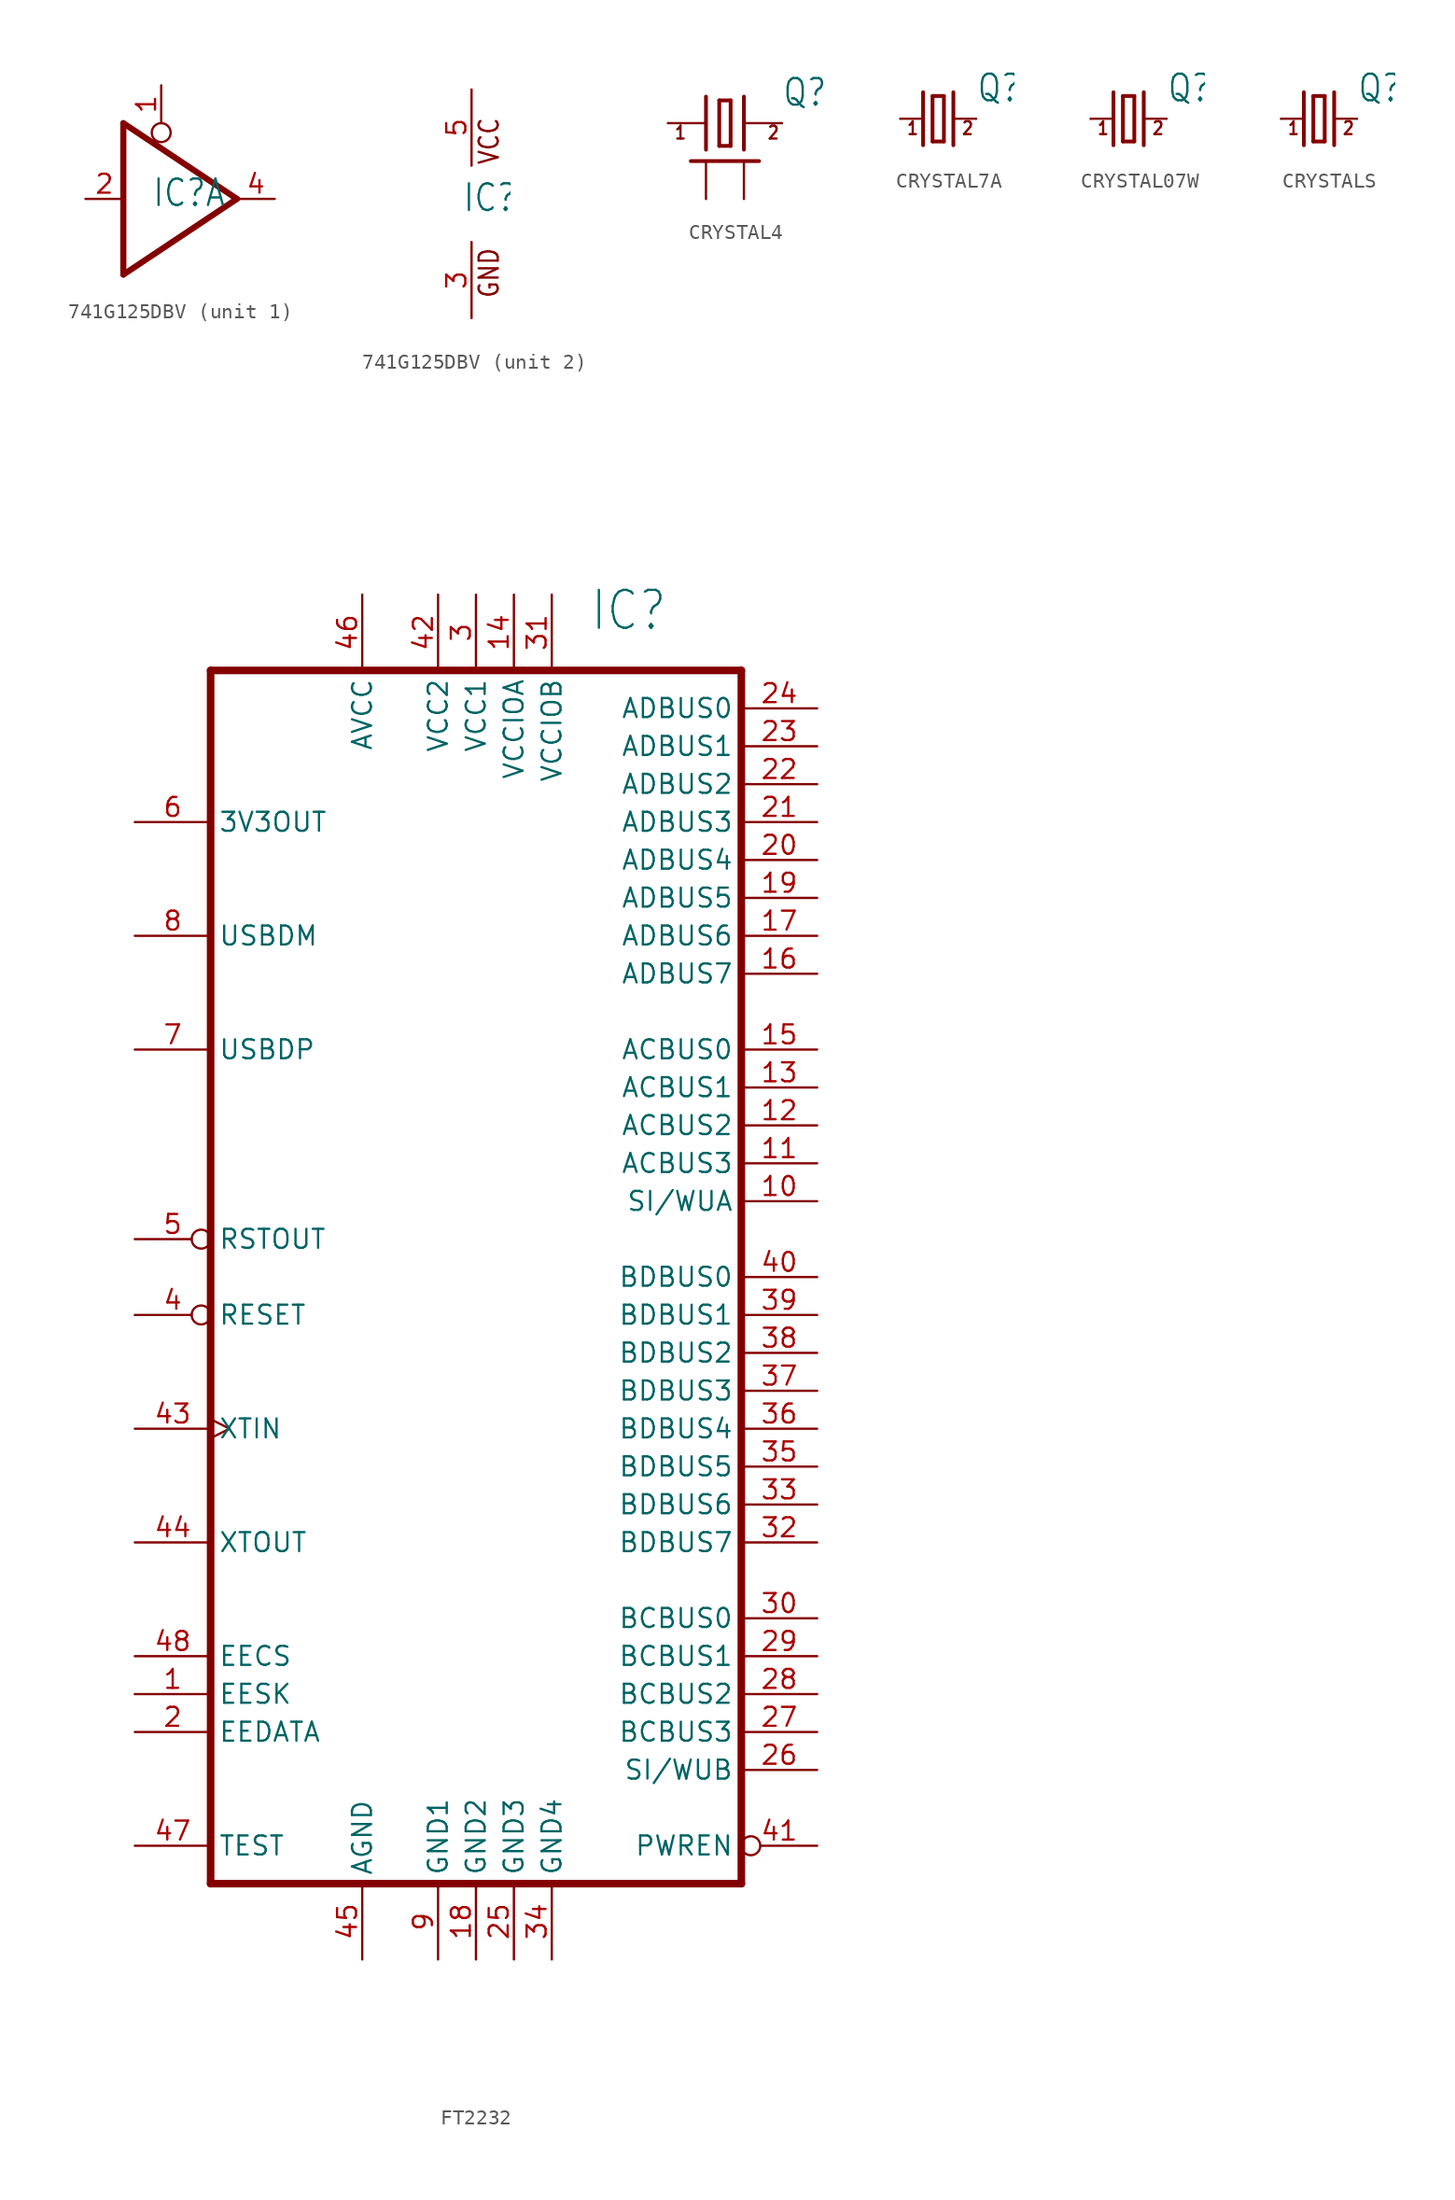
<source format=kicad_sym>
(kicad_symbol_lib
  (version 20231120)
  (generator "kicad_symbol_editor")
  (generator_version "8.0")
  (symbol "741G125DBV"
    (property "Reference" "IC"
      (at -0.635 -0.635 0)
      (effects (font (size 1.778 1.511)) (justify left bottom)))
    (property "ki_locked" ""
      (at 0 0 0)
      (effects (font (size 1.27 1.27))))
    (symbol "741G125DBV_1_0"
      (polyline (pts (xy -2.54 -5.08) (xy -2.54 5.08)) (stroke (width 0.406) (type solid)) (fill (type none)))
      (polyline (pts (xy 5.08 0) (xy -2.54 -5.08)) (stroke (width 0.406) (type solid)) (fill (type none)))
      (polyline (pts (xy 5.08 0) (xy -2.54 5.08)) (stroke (width 0.406) (type solid)) (fill (type none)))
      (circle (center 0 4.445) (radius 0.635) (stroke (width 0.152) (type solid)) (fill (type none)))
      (pin input line (at 0 7.62 270) (length 2.54) (name "OE" (effects (font (size 0 0)))) (number "1" (effects (font (size 1.27 1.27)))))
      (pin input line (at -5.08 0 0) (length 2.54) (name "I" (effects (font (size 0 0)))) (number "2" (effects (font (size 1.27 1.27)))))
      (pin tri_state line (at 7.62 0 180) (length 2.54) (name "O" (effects (font (size 0 0)))) (number "4" (effects (font (size 1.27 1.27))))))
    (symbol "741G125DBV_2_0"
      (text "GND" (at 1.905 -6.35 900) (effects (font (size 1.27 1.079)) (justify left bottom)))
      (text "VCC" (at 1.905 2.54 900) (effects (font (size 1.27 1.079)) (justify left bottom)))
      (pin power_in line (at 0 -7.62 90) (length 5.08) (name "GND" (effects (font (size 0 0)))) (number "3" (effects (font (size 1.27 1.27)))))
      (pin power_in line (at 0 7.62 270) (length 5.08) (name "VCC" (effects (font (size 0 0)))) (number "5" (effects (font (size 1.27 1.27)))))))
  (symbol "CRYSTAL4"
    (property "Reference" "Q"
      (at 5.08 1.016 0)
      (effects (font (size 1.778 1.511)) (justify left bottom)))
    (property "Value" ""
      (at 5.08 -2.54 0)
      (effects (font (size 1.778 1.511)) (justify left bottom)))
    (property "ki_locked" ""
      (at 0 0 0)
      (effects (font (size 1.27 1.27))))
    (symbol "CRYSTAL4_1_0"
      (polyline (pts (xy -2.54 0) (xy 0 0)) (stroke (width 0.152) (type solid)) (fill (type none)))
      (polyline (pts (xy -1.016 -2.54) (xy 3.556 -2.54)) (stroke (width 0.254) (type solid)) (fill (type none)))
      (polyline (pts (xy 0 1.778) (xy 0 -1.778)) (stroke (width 0.254) (type solid)) (fill (type none)))
      (polyline (pts (xy 0.889 -1.524) (xy 1.651 -1.524)) (stroke (width 0.254) (type solid)) (fill (type none)))
      (polyline (pts (xy 0.889 1.524) (xy 0.889 -1.524)) (stroke (width 0.254) (type solid)) (fill (type none)))
      (polyline (pts (xy 1.651 -1.524) (xy 1.651 1.524)) (stroke (width 0.254) (type solid)) (fill (type none)))
      (polyline (pts (xy 1.651 1.524) (xy 0.889 1.524)) (stroke (width 0.254) (type solid)) (fill (type none)))
      (polyline (pts (xy 2.54 0) (xy 5.08 0)) (stroke (width 0.152) (type solid)) (fill (type none)))
      (polyline (pts (xy 2.54 1.778) (xy 2.54 -1.778)) (stroke (width 0.254) (type solid)) (fill (type none)))
      (text "1" (at -2.159 -1.143 0) (effects (font (size 0.864 0.734)) (justify left bottom)))
      (text "2" (at 4.064 -1.143 0) (effects (font (size 0.864 0.734)) (justify left bottom)))
      (pin passive line (at -2.54 0 0) (length 0) (name "1" (effects (font (size 0 0)))) (number "1" (effects (font (size 0 0)))))
      (pin bidirectional line (at 0 -5.08 90) (length 2.54) (name "GND1" (effects (font (size 0 0)))) (number "2" (effects (font (size 0 0)))))
      (pin passive line (at 5.08 0 180) (length 0) (name "2" (effects (font (size 0 0)))) (number "3" (effects (font (size 0 0)))))
      (pin bidirectional line (at 2.54 -5.08 90) (length 2.54) (name "GND2" (effects (font (size 0 0)))) (number "4" (effects (font (size 0 0)))))))
  (symbol "CRYSTAL7A"
    (property "Reference" "Q"
      (at 2.54 1.016 0)
      (effects (font (size 1.778 1.511)) (justify left bottom)))
    (property "Value" ""
      (at 2.54 -2.54 0)
      (effects (font (size 1.778 1.511)) (justify left bottom)))
    (property "ki_locked" ""
      (at 0 0 0)
      (effects (font (size 1.27 1.27))))
    (symbol "CRYSTAL7A_1_0"
      (polyline (pts (xy -2.54 0) (xy -1.016 0)) (stroke (width 0.152) (type solid)) (fill (type none)))
      (polyline (pts (xy -1.016 1.778) (xy -1.016 -1.778)) (stroke (width 0.254) (type solid)) (fill (type none)))
      (polyline (pts (xy -0.381 -1.524) (xy 0.381 -1.524)) (stroke (width 0.254) (type solid)) (fill (type none)))
      (polyline (pts (xy -0.381 1.524) (xy -0.381 -1.524)) (stroke (width 0.254) (type solid)) (fill (type none)))
      (polyline (pts (xy 0.381 -1.524) (xy 0.381 1.524)) (stroke (width 0.254) (type solid)) (fill (type none)))
      (polyline (pts (xy 0.381 1.524) (xy -0.381 1.524)) (stroke (width 0.254) (type solid)) (fill (type none)))
      (polyline (pts (xy 1.016 0) (xy 2.54 0)) (stroke (width 0.152) (type solid)) (fill (type none)))
      (polyline (pts (xy 1.016 1.778) (xy 1.016 -1.778)) (stroke (width 0.254) (type solid)) (fill (type none)))
      (text "1" (at -2.159 -1.143 0) (effects (font (size 0.864 0.734)) (justify left bottom)))
      (text "2" (at 1.524 -1.143 0) (effects (font (size 0.864 0.734)) (justify left bottom)))
      (pin passive line (at -2.54 0 0) (length 0) (name "1" (effects (font (size 0 0)))) (number "1" (effects (font (size 0 0)))))
      (pin passive line (at 2.54 0 180) (length 0) (name "2" (effects (font (size 0 0)))) (number "2" (effects (font (size 0 0)))))))
  (symbol "CRYSTAL07W"
    (property "Reference" "Q"
      (at 2.54 1.016 0)
      (effects (font (size 1.778 1.511)) (justify left bottom)))
    (property "Value" ""
      (at 2.54 -2.54 0)
      (effects (font (size 1.778 1.511)) (justify left bottom)))
    (property "ki_locked" ""
      (at 0 0 0)
      (effects (font (size 1.27 1.27))))
    (symbol "CRYSTAL07W_1_0"
      (polyline (pts (xy -2.54 0) (xy -1.016 0)) (stroke (width 0.152) (type solid)) (fill (type none)))
      (polyline (pts (xy -1.016 1.778) (xy -1.016 -1.778)) (stroke (width 0.254) (type solid)) (fill (type none)))
      (polyline (pts (xy -0.381 -1.524) (xy 0.381 -1.524)) (stroke (width 0.254) (type solid)) (fill (type none)))
      (polyline (pts (xy -0.381 1.524) (xy -0.381 -1.524)) (stroke (width 0.254) (type solid)) (fill (type none)))
      (polyline (pts (xy 0.381 -1.524) (xy 0.381 1.524)) (stroke (width 0.254) (type solid)) (fill (type none)))
      (polyline (pts (xy 0.381 1.524) (xy -0.381 1.524)) (stroke (width 0.254) (type solid)) (fill (type none)))
      (polyline (pts (xy 1.016 0) (xy 2.54 0)) (stroke (width 0.152) (type solid)) (fill (type none)))
      (polyline (pts (xy 1.016 1.778) (xy 1.016 -1.778)) (stroke (width 0.254) (type solid)) (fill (type none)))
      (text "1" (at -2.159 -1.143 0) (effects (font (size 0.864 0.734)) (justify left bottom)))
      (text "2" (at 1.524 -1.143 0) (effects (font (size 0.864 0.734)) (justify left bottom)))
      (pin passive line (at -2.54 0 0) (length 0) (name "1" (effects (font (size 0 0)))) (number "1" (effects (font (size 0 0)))))
      (pin passive line (at 2.54 0 180) (length 0) (name "2" (effects (font (size 0 0)))) (number "2" (effects (font (size 0 0)))))))
  (symbol "CRYSTALS"
    (property "Reference" "Q"
      (at 2.54 1.016 0)
      (effects (font (size 1.778 1.511)) (justify left bottom)))
    (property "Value" ""
      (at 2.54 -2.54 0)
      (effects (font (size 1.778 1.511)) (justify left bottom)))
    (property "ki_locked" ""
      (at 0 0 0)
      (effects (font (size 1.27 1.27))))
    (symbol "CRYSTALS_1_0"
      (polyline (pts (xy -2.54 0) (xy -1.016 0)) (stroke (width 0.152) (type solid)) (fill (type none)))
      (polyline (pts (xy -1.016 1.778) (xy -1.016 -1.778)) (stroke (width 0.254) (type solid)) (fill (type none)))
      (polyline (pts (xy -0.381 -1.524) (xy 0.381 -1.524)) (stroke (width 0.254) (type solid)) (fill (type none)))
      (polyline (pts (xy -0.381 1.524) (xy -0.381 -1.524)) (stroke (width 0.254) (type solid)) (fill (type none)))
      (polyline (pts (xy 0.381 -1.524) (xy 0.381 1.524)) (stroke (width 0.254) (type solid)) (fill (type none)))
      (polyline (pts (xy 0.381 1.524) (xy -0.381 1.524)) (stroke (width 0.254) (type solid)) (fill (type none)))
      (polyline (pts (xy 1.016 0) (xy 2.54 0)) (stroke (width 0.152) (type solid)) (fill (type none)))
      (polyline (pts (xy 1.016 1.778) (xy 1.016 -1.778)) (stroke (width 0.254) (type solid)) (fill (type none)))
      (text "1" (at -2.159 -1.143 0) (effects (font (size 0.864 0.734)) (justify left bottom)))
      (text "2" (at 1.524 -1.143 0) (effects (font (size 0.864 0.734)) (justify left bottom)))
      (pin passive line (at -2.54 0 0) (length 0) (name "1" (effects (font (size 0 0)))) (number "1" (effects (font (size 0 0)))))
      (pin passive line (at 2.54 0 180) (length 0) (name "2" (effects (font (size 0 0)))) (number "3" (effects (font (size 0 0)))))))
  (symbol "FT2232"
    (property "Reference" "IC"
      (at 7.62 38.1 0)
      (effects (font (size 2.54 2.159)) (justify left bottom)))
    (property "Value" ""
      (at 7.62 -50.8 0)
      (effects (font (size 2.54 2.159)) (justify left bottom)))
    (property "ki_locked" ""
      (at 0 0 0)
      (effects (font (size 1.27 1.27))))
    (symbol "FT2232_1_0"
      (polyline (pts (xy -17.78 -45.72) (xy -17.78 35.56)) (stroke (width 0.508) (type solid)) (fill (type none)))
      (polyline (pts (xy -17.78 35.56) (xy 17.78 35.56)) (stroke (width 0.508) (type solid)) (fill (type none)))
      (polyline (pts (xy 17.78 -45.72) (xy -17.78 -45.72)) (stroke (width 0.508) (type solid)) (fill (type none)))
      (polyline (pts (xy 17.78 35.56) (xy 17.78 -45.72)) (stroke (width 0.508) (type solid)) (fill (type none)))
      (pin bidirectional line (at -22.86 -33.02 0) (length 5.08) (name "EESK" (effects (font (size 1.27 1.27)))) (number "1" (effects (font (size 1.27 1.27)))))
      (pin bidirectional line (at 22.86 0 180) (length 5.08) (name "SI/WUA" (effects (font (size 1.27 1.27)))) (number "10" (effects (font (size 1.27 1.27)))))
      (pin bidirectional line (at 22.86 2.54 180) (length 5.08) (name "ACBUS3" (effects (font (size 1.27 1.27)))) (number "11" (effects (font (size 1.27 1.27)))))
      (pin bidirectional line (at 22.86 5.08 180) (length 5.08) (name "ACBUS2" (effects (font (size 1.27 1.27)))) (number "12" (effects (font (size 1.27 1.27)))))
      (pin bidirectional line (at 22.86 7.62 180) (length 5.08) (name "ACBUS1" (effects (font (size 1.27 1.27)))) (number "13" (effects (font (size 1.27 1.27)))))
      (pin bidirectional line (at 2.54 40.64 270) (length 5.08) (name "VCCIOA" (effects (font (size 1.27 1.27)))) (number "14" (effects (font (size 1.27 1.27)))))
      (pin bidirectional line (at 22.86 10.16 180) (length 5.08) (name "ACBUS0" (effects (font (size 1.27 1.27)))) (number "15" (effects (font (size 1.27 1.27)))))
      (pin bidirectional line (at 22.86 15.24 180) (length 5.08) (name "ADBUS7" (effects (font (size 1.27 1.27)))) (number "16" (effects (font (size 1.27 1.27)))))
      (pin bidirectional line (at 22.86 17.78 180) (length 5.08) (name "ADBUS6" (effects (font (size 1.27 1.27)))) (number "17" (effects (font (size 1.27 1.27)))))
      (pin bidirectional line (at 0 -50.8 90) (length 5.08) (name "GND2" (effects (font (size 1.27 1.27)))) (number "18" (effects (font (size 1.27 1.27)))))
      (pin bidirectional line (at 22.86 20.32 180) (length 5.08) (name "ADBUS5" (effects (font (size 1.27 1.27)))) (number "19" (effects (font (size 1.27 1.27)))))
      (pin bidirectional line (at -22.86 -35.56 0) (length 5.08) (name "EEDATA" (effects (font (size 1.27 1.27)))) (number "2" (effects (font (size 1.27 1.27)))))
      (pin bidirectional line (at 22.86 22.86 180) (length 5.08) (name "ADBUS4" (effects (font (size 1.27 1.27)))) (number "20" (effects (font (size 1.27 1.27)))))
      (pin bidirectional line (at 22.86 25.4 180) (length 5.08) (name "ADBUS3" (effects (font (size 1.27 1.27)))) (number "21" (effects (font (size 1.27 1.27)))))
      (pin bidirectional line (at 22.86 27.94 180) (length 5.08) (name "ADBUS2" (effects (font (size 1.27 1.27)))) (number "22" (effects (font (size 1.27 1.27)))))
      (pin bidirectional line (at 22.86 30.48 180) (length 5.08) (name "ADBUS1" (effects (font (size 1.27 1.27)))) (number "23" (effects (font (size 1.27 1.27)))))
      (pin bidirectional line (at 22.86 33.02 180) (length 5.08) (name "ADBUS0" (effects (font (size 1.27 1.27)))) (number "24" (effects (font (size 1.27 1.27)))))
      (pin bidirectional line (at 2.54 -50.8 90) (length 5.08) (name "GND3" (effects (font (size 1.27 1.27)))) (number "25" (effects (font (size 1.27 1.27)))))
      (pin bidirectional line (at 22.86 -38.1 180) (length 5.08) (name "SI/WUB" (effects (font (size 1.27 1.27)))) (number "26" (effects (font (size 1.27 1.27)))))
      (pin bidirectional line (at 22.86 -35.56 180) (length 5.08) (name "BCBUS3" (effects (font (size 1.27 1.27)))) (number "27" (effects (font (size 1.27 1.27)))))
      (pin bidirectional line (at 22.86 -33.02 180) (length 5.08) (name "BCBUS2" (effects (font (size 1.27 1.27)))) (number "28" (effects (font (size 1.27 1.27)))))
      (pin bidirectional line (at 22.86 -30.48 180) (length 5.08) (name "BCBUS1" (effects (font (size 1.27 1.27)))) (number "29" (effects (font (size 1.27 1.27)))))
      (pin bidirectional line (at 0 40.64 270) (length 5.08) (name "VCC1" (effects (font (size 1.27 1.27)))) (number "3" (effects (font (size 1.27 1.27)))))
      (pin bidirectional line (at 22.86 -27.94 180) (length 5.08) (name "BCBUS0" (effects (font (size 1.27 1.27)))) (number "30" (effects (font (size 1.27 1.27)))))
      (pin bidirectional line (at 5.08 40.64 270) (length 5.08) (name "VCCIOB" (effects (font (size 1.27 1.27)))) (number "31" (effects (font (size 1.27 1.27)))))
      (pin bidirectional line (at 22.86 -22.86 180) (length 5.08) (name "BDBUS7" (effects (font (size 1.27 1.27)))) (number "32" (effects (font (size 1.27 1.27)))))
      (pin bidirectional line (at 22.86 -20.32 180) (length 5.08) (name "BDBUS6" (effects (font (size 1.27 1.27)))) (number "33" (effects (font (size 1.27 1.27)))))
      (pin bidirectional line (at 5.08 -50.8 90) (length 5.08) (name "GND4" (effects (font (size 1.27 1.27)))) (number "34" (effects (font (size 1.27 1.27)))))
      (pin bidirectional line (at 22.86 -17.78 180) (length 5.08) (name "BDBUS5" (effects (font (size 1.27 1.27)))) (number "35" (effects (font (size 1.27 1.27)))))
      (pin bidirectional line (at 22.86 -15.24 180) (length 5.08) (name "BDBUS4" (effects (font (size 1.27 1.27)))) (number "36" (effects (font (size 1.27 1.27)))))
      (pin bidirectional line (at 22.86 -12.7 180) (length 5.08) (name "BDBUS3" (effects (font (size 1.27 1.27)))) (number "37" (effects (font (size 1.27 1.27)))))
      (pin bidirectional line (at 22.86 -10.16 180) (length 5.08) (name "BDBUS2" (effects (font (size 1.27 1.27)))) (number "38" (effects (font (size 1.27 1.27)))))
      (pin bidirectional line (at 22.86 -7.62 180) (length 5.08) (name "BDBUS1" (effects (font (size 1.27 1.27)))) (number "39" (effects (font (size 1.27 1.27)))))
      (pin bidirectional inverted (at -22.86 -7.62 0) (length 5.08) (name "RESET" (effects (font (size 1.27 1.27)))) (number "4" (effects (font (size 1.27 1.27)))))
      (pin bidirectional line (at 22.86 -5.08 180) (length 5.08) (name "BDBUS0" (effects (font (size 1.27 1.27)))) (number "40" (effects (font (size 1.27 1.27)))))
      (pin bidirectional inverted (at 22.86 -43.18 180) (length 5.08) (name "PWREN" (effects (font (size 1.27 1.27)))) (number "41" (effects (font (size 1.27 1.27)))))
      (pin bidirectional line (at -2.54 40.64 270) (length 5.08) (name "VCC2" (effects (font (size 1.27 1.27)))) (number "42" (effects (font (size 1.27 1.27)))))
      (pin bidirectional clock (at -22.86 -15.24 0) (length 5.08) (name "XTIN" (effects (font (size 1.27 1.27)))) (number "43" (effects (font (size 1.27 1.27)))))
      (pin bidirectional line (at -22.86 -22.86 0) (length 5.08) (name "XTOUT" (effects (font (size 1.27 1.27)))) (number "44" (effects (font (size 1.27 1.27)))))
      (pin bidirectional line (at -7.62 -50.8 90) (length 5.08) (name "AGND" (effects (font (size 1.27 1.27)))) (number "45" (effects (font (size 1.27 1.27)))))
      (pin bidirectional line (at -7.62 40.64 270) (length 5.08) (name "AVCC" (effects (font (size 1.27 1.27)))) (number "46" (effects (font (size 1.27 1.27)))))
      (pin bidirectional line (at -22.86 -43.18 0) (length 5.08) (name "TEST" (effects (font (size 1.27 1.27)))) (number "47" (effects (font (size 1.27 1.27)))))
      (pin bidirectional line (at -22.86 -30.48 0) (length 5.08) (name "EECS" (effects (font (size 1.27 1.27)))) (number "48" (effects (font (size 1.27 1.27)))))
      (pin bidirectional inverted (at -22.86 -2.54 0) (length 5.08) (name "RSTOUT" (effects (font (size 1.27 1.27)))) (number "5" (effects (font (size 1.27 1.27)))))
      (pin bidirectional line (at -22.86 25.4 0) (length 5.08) (name "3V3OUT" (effects (font (size 1.27 1.27)))) (number "6" (effects (font (size 1.27 1.27)))))
      (pin bidirectional line (at -22.86 10.16 0) (length 5.08) (name "USBDP" (effects (font (size 1.27 1.27)))) (number "7" (effects (font (size 1.27 1.27)))))
      (pin bidirectional line (at -22.86 17.78 0) (length 5.08) (name "USBDM" (effects (font (size 1.27 1.27)))) (number "8" (effects (font (size 1.27 1.27)))))
      (pin bidirectional line (at -2.54 -50.8 90) (length 5.08) (name "GND1" (effects (font (size 1.27 1.27)))) (number "9" (effects (font (size 1.27 1.27))))))))
</source>
